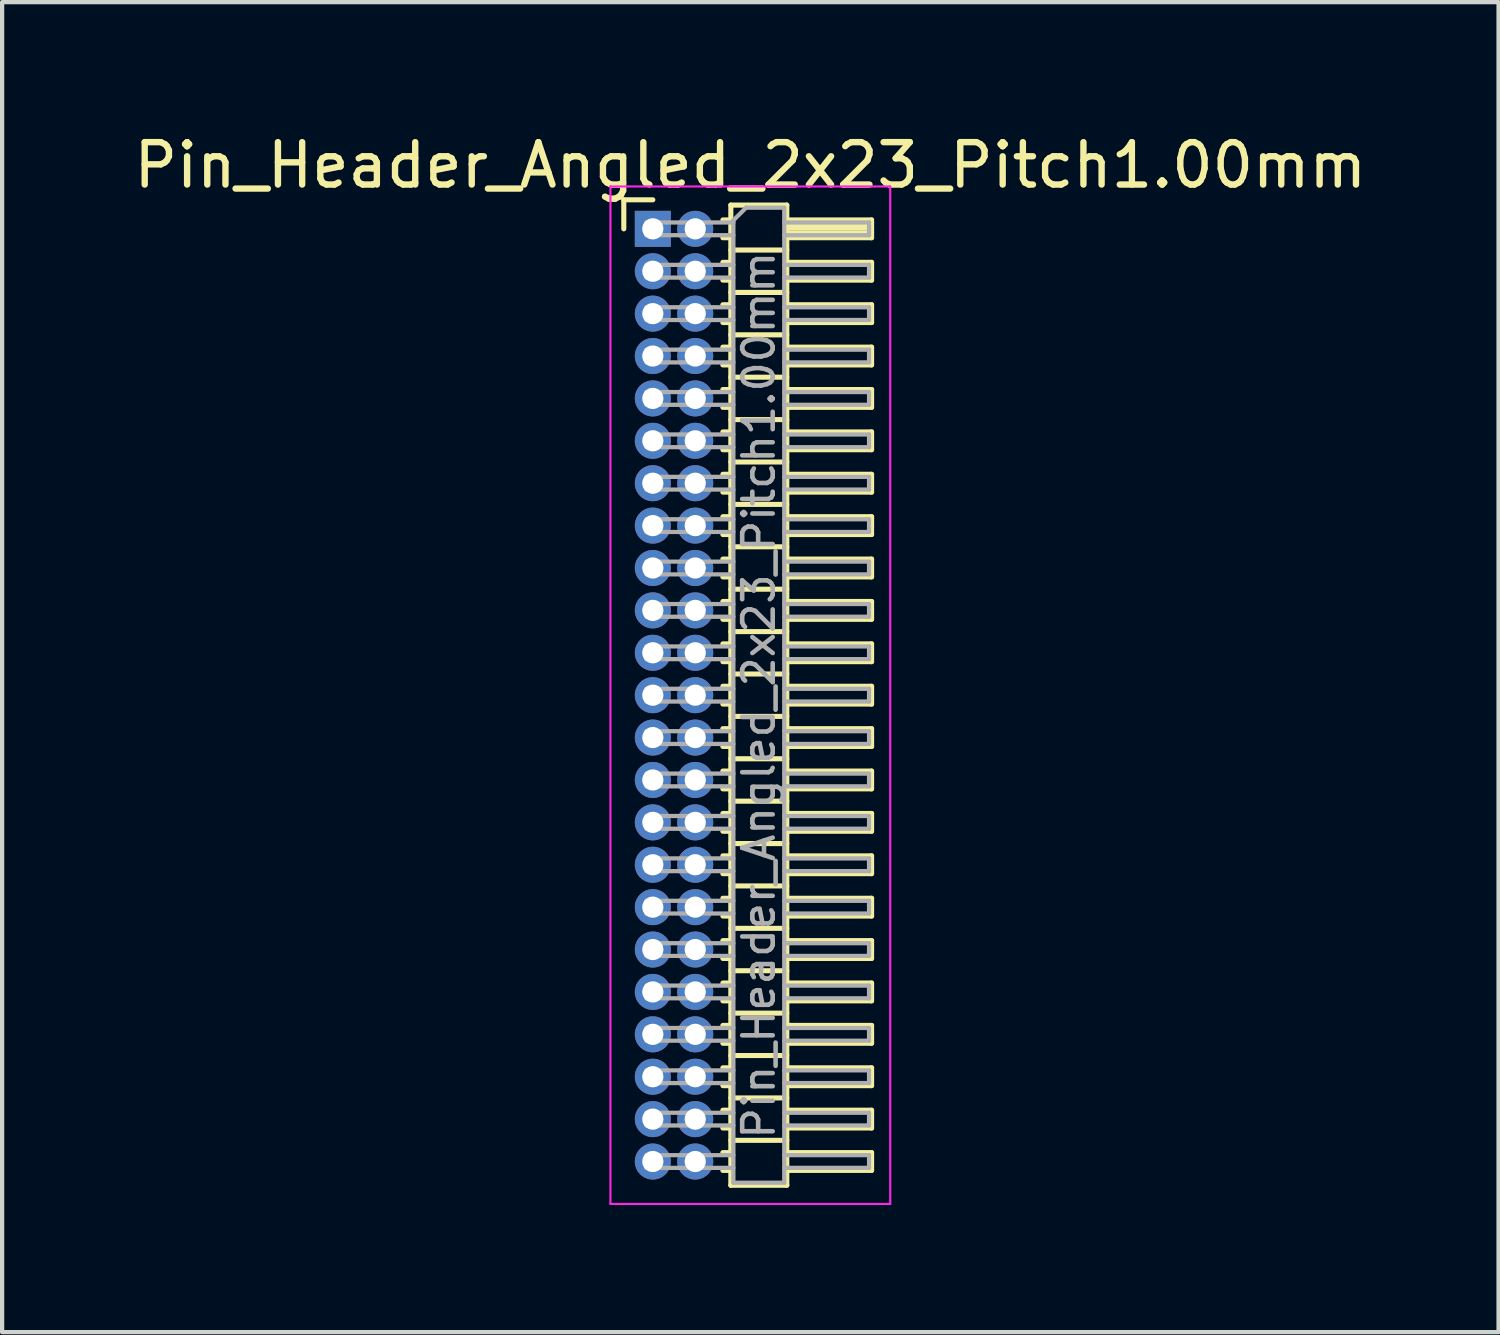
<source format=kicad_pcb>
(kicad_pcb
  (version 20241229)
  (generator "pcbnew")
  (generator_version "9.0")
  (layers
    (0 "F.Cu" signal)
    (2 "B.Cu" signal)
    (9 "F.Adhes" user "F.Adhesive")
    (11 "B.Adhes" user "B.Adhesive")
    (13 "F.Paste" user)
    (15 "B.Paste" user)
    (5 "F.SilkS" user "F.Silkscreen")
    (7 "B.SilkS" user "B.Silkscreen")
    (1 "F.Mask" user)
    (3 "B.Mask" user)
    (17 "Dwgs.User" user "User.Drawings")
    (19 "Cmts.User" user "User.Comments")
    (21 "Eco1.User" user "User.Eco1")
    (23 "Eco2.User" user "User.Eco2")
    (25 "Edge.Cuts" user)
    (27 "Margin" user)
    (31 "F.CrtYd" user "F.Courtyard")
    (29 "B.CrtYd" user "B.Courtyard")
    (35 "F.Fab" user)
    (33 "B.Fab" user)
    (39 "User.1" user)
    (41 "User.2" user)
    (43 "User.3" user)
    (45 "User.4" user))
  (footprint "Pin_Header_Angled_2x23_Pitch1.00mm"
    (layer "F.Cu")
    (at 12.349 2.348)
    (property "Reference" "Pin_Header_Angled_2x23_Pitch1.00mm" (at 2.3 -1.5 0) (layer "F.SilkS") (effects (font (size 1 1) (thickness 0.15))))
    (attr through_hole)
    (fp_line (start -0.685 -0.685) (end 0 -0.685) (stroke (width 0.12) (type solid)) (layer "F.SilkS"))
    (fp_line (start -0.685 0) (end -0.685 -0.685) (stroke (width 0.12) (type solid)) (layer "F.SilkS"))
    (fp_line (start 1.652 -0.21) (end 1.84 -0.21) (stroke (width 0.12) (type solid)) (layer "F.SilkS"))
    (fp_line (start 1.652 0.21) (end 1.84 0.21) (stroke (width 0.12) (type solid)) (layer "F.SilkS"))
    (fp_line (start 1.652 0.79) (end 1.84 0.79) (stroke (width 0.12) (type solid)) (layer "F.SilkS"))
    (fp_line (start 1.652 1.21) (end 1.84 1.21) (stroke (width 0.12) (type solid)) (layer "F.SilkS"))
    (fp_line (start 1.652 1.79) (end 1.84 1.79) (stroke (width 0.12) (type solid)) (layer "F.SilkS"))
    (fp_line (start 1.652 2.21) (end 1.84 2.21) (stroke (width 0.12) (type solid)) (layer "F.SilkS"))
    (fp_line (start 1.652 2.79) (end 1.84 2.79) (stroke (width 0.12) (type solid)) (layer "F.SilkS"))
    (fp_line (start 1.652 3.21) (end 1.84 3.21) (stroke (width 0.12) (type solid)) (layer "F.SilkS"))
    (fp_line (start 1.652 3.79) (end 1.84 3.79) (stroke (width 0.12) (type solid)) (layer "F.SilkS"))
    (fp_line (start 1.652 4.21) (end 1.84 4.21) (stroke (width 0.12) (type solid)) (layer "F.SilkS"))
    (fp_line (start 1.652 4.79) (end 1.84 4.79) (stroke (width 0.12) (type solid)) (layer "F.SilkS"))
    (fp_line (start 1.652 5.21) (end 1.84 5.21) (stroke (width 0.12) (type solid)) (layer "F.SilkS"))
    (fp_line (start 1.652 5.79) (end 1.84 5.79) (stroke (width 0.12) (type solid)) (layer "F.SilkS"))
    (fp_line (start 1.652 6.21) (end 1.84 6.21) (stroke (width 0.12) (type solid)) (layer "F.SilkS"))
    (fp_line (start 1.652 6.79) (end 1.84 6.79) (stroke (width 0.12) (type solid)) (layer "F.SilkS"))
    (fp_line (start 1.652 7.21) (end 1.84 7.21) (stroke (width 0.12) (type solid)) (layer "F.SilkS"))
    (fp_line (start 1.652 7.79) (end 1.84 7.79) (stroke (width 0.12) (type solid)) (layer "F.SilkS"))
    (fp_line (start 1.652 8.21) (end 1.84 8.21) (stroke (width 0.12) (type solid)) (layer "F.SilkS"))
    (fp_line (start 1.652 8.79) (end 1.84 8.79) (stroke (width 0.12) (type solid)) (layer "F.SilkS"))
    (fp_line (start 1.652 9.21) (end 1.84 9.21) (stroke (width 0.12) (type solid)) (layer "F.SilkS"))
    (fp_line (start 1.652 9.79) (end 1.84 9.79) (stroke (width 0.12) (type solid)) (layer "F.SilkS"))
    (fp_line (start 1.652 10.21) (end 1.84 10.21) (stroke (width 0.12) (type solid)) (layer "F.SilkS"))
    (fp_line (start 1.652 10.79) (end 1.84 10.79) (stroke (width 0.12) (type solid)) (layer "F.SilkS"))
    (fp_line (start 1.652 11.21) (end 1.84 11.21) (stroke (width 0.12) (type solid)) (layer "F.SilkS"))
    (fp_line (start 1.652 11.79) (end 1.84 11.79) (stroke (width 0.12) (type solid)) (layer "F.SilkS"))
    (fp_line (start 1.652 12.21) (end 1.84 12.21) (stroke (width 0.12) (type solid)) (layer "F.SilkS"))
    (fp_line (start 1.652 12.79) (end 1.84 12.79) (stroke (width 0.12) (type solid)) (layer "F.SilkS"))
    (fp_line (start 1.652 13.21) (end 1.84 13.21) (stroke (width 0.12) (type solid)) (layer "F.SilkS"))
    (fp_line (start 1.652 13.79) (end 1.84 13.79) (stroke (width 0.12) (type solid)) (layer "F.SilkS"))
    (fp_line (start 1.652 14.21) (end 1.84 14.21) (stroke (width 0.12) (type solid)) (layer "F.SilkS"))
    (fp_line (start 1.652 14.79) (end 1.84 14.79) (stroke (width 0.12) (type solid)) (layer "F.SilkS"))
    (fp_line (start 1.652 15.21) (end 1.84 15.21) (stroke (width 0.12) (type solid)) (layer "F.SilkS"))
    (fp_line (start 1.652 15.79) (end 1.84 15.79) (stroke (width 0.12) (type solid)) (layer "F.SilkS"))
    (fp_line (start 1.652 16.21) (end 1.84 16.21) (stroke (width 0.12) (type solid)) (layer "F.SilkS"))
    (fp_line (start 1.652 16.79) (end 1.84 16.79) (stroke (width 0.12) (type solid)) (layer "F.SilkS"))
    (fp_line (start 1.652 17.21) (end 1.84 17.21) (stroke (width 0.12) (type solid)) (layer "F.SilkS"))
    (fp_line (start 1.652 17.79) (end 1.84 17.79) (stroke (width 0.12) (type solid)) (layer "F.SilkS"))
    (fp_line (start 1.652 18.21) (end 1.84 18.21) (stroke (width 0.12) (type solid)) (layer "F.SilkS"))
    (fp_line (start 1.652 18.79) (end 1.84 18.79) (stroke (width 0.12) (type solid)) (layer "F.SilkS"))
    (fp_line (start 1.652 19.21) (end 1.84 19.21) (stroke (width 0.12) (type solid)) (layer "F.SilkS"))
    (fp_line (start 1.652 19.79) (end 1.84 19.79) (stroke (width 0.12) (type solid)) (layer "F.SilkS"))
    (fp_line (start 1.652 20.21) (end 1.84 20.21) (stroke (width 0.12) (type solid)) (layer "F.SilkS"))
    (fp_line (start 1.652 20.79) (end 1.84 20.79) (stroke (width 0.12) (type solid)) (layer "F.SilkS"))
    (fp_line (start 1.652 21.21) (end 1.84 21.21) (stroke (width 0.12) (type solid)) (layer "F.SilkS"))
    (fp_line (start 1.652 21.79) (end 1.84 21.79) (stroke (width 0.12) (type solid)) (layer "F.SilkS"))
    (fp_line (start 1.652 22.21) (end 1.84 22.21) (stroke (width 0.12) (type solid)) (layer "F.SilkS"))
    (fp_line (start 1.84 -0.56) (end 1.84 22.56) (stroke (width 0.12) (type solid)) (layer "F.SilkS"))
    (fp_line (start 1.84 0.5) (end 3.16 0.5) (stroke (width 0.12) (type solid)) (layer "F.SilkS"))
    (fp_line (start 1.84 1.5) (end 3.16 1.5) (stroke (width 0.12) (type solid)) (layer "F.SilkS"))
    (fp_line (start 1.84 2.5) (end 3.16 2.5) (stroke (width 0.12) (type solid)) (layer "F.SilkS"))
    (fp_line (start 1.84 3.5) (end 3.16 3.5) (stroke (width 0.12) (type solid)) (layer "F.SilkS"))
    (fp_line (start 1.84 4.5) (end 3.16 4.5) (stroke (width 0.12) (type solid)) (layer "F.SilkS"))
    (fp_line (start 1.84 5.5) (end 3.16 5.5) (stroke (width 0.12) (type solid)) (layer "F.SilkS"))
    (fp_line (start 1.84 6.5) (end 3.16 6.5) (stroke (width 0.12) (type solid)) (layer "F.SilkS"))
    (fp_line (start 1.84 7.5) (end 3.16 7.5) (stroke (width 0.12) (type solid)) (layer "F.SilkS"))
    (fp_line (start 1.84 8.5) (end 3.16 8.5) (stroke (width 0.12) (type solid)) (layer "F.SilkS"))
    (fp_line (start 1.84 9.5) (end 3.16 9.5) (stroke (width 0.12) (type solid)) (layer "F.SilkS"))
    (fp_line (start 1.84 10.5) (end 3.16 10.5) (stroke (width 0.12) (type solid)) (layer "F.SilkS"))
    (fp_line (start 1.84 11.5) (end 3.16 11.5) (stroke (width 0.12) (type solid)) (layer "F.SilkS"))
    (fp_line (start 1.84 12.5) (end 3.16 12.5) (stroke (width 0.12) (type solid)) (layer "F.SilkS"))
    (fp_line (start 1.84 13.5) (end 3.16 13.5) (stroke (width 0.12) (type solid)) (layer "F.SilkS"))
    (fp_line (start 1.84 14.5) (end 3.16 14.5) (stroke (width 0.12) (type solid)) (layer "F.SilkS"))
    (fp_line (start 1.84 15.5) (end 3.16 15.5) (stroke (width 0.12) (type solid)) (layer "F.SilkS"))
    (fp_line (start 1.84 16.5) (end 3.16 16.5) (stroke (width 0.12) (type solid)) (layer "F.SilkS"))
    (fp_line (start 1.84 17.5) (end 3.16 17.5) (stroke (width 0.12) (type solid)) (layer "F.SilkS"))
    (fp_line (start 1.84 18.5) (end 3.16 18.5) (stroke (width 0.12) (type solid)) (layer "F.SilkS"))
    (fp_line (start 1.84 19.5) (end 3.16 19.5) (stroke (width 0.12) (type solid)) (layer "F.SilkS"))
    (fp_line (start 1.84 20.5) (end 3.16 20.5) (stroke (width 0.12) (type solid)) (layer "F.SilkS"))
    (fp_line (start 1.84 21.5) (end 3.16 21.5) (stroke (width 0.12) (type solid)) (layer "F.SilkS"))
    (fp_line (start 1.84 22.56) (end 3.16 22.56) (stroke (width 0.12) (type solid)) (layer "F.SilkS"))
    (fp_line (start 3.16 -0.56) (end 1.84 -0.56) (stroke (width 0.12) (type solid)) (layer "F.SilkS"))
    (fp_line (start 3.16 -0.21) (end 5.16 -0.21) (stroke (width 0.12) (type solid)) (layer "F.SilkS"))
    (fp_line (start 3.16 -0.15) (end 5.16 -0.15) (stroke (width 0.12) (type solid)) (layer "F.SilkS"))
    (fp_line (start 3.16 -0.03) (end 5.16 -0.03) (stroke (width 0.12) (type solid)) (layer "F.SilkS"))
    (fp_line (start 3.16 0.09) (end 5.16 0.09) (stroke (width 0.12) (type solid)) (layer "F.SilkS"))
    (fp_line (start 3.16 0.79) (end 5.16 0.79) (stroke (width 0.12) (type solid)) (layer "F.SilkS"))
    (fp_line (start 3.16 1.79) (end 5.16 1.79) (stroke (width 0.12) (type solid)) (layer "F.SilkS"))
    (fp_line (start 3.16 2.79) (end 5.16 2.79) (stroke (width 0.12) (type solid)) (layer "F.SilkS"))
    (fp_line (start 3.16 3.79) (end 5.16 3.79) (stroke (width 0.12) (type solid)) (layer "F.SilkS"))
    (fp_line (start 3.16 4.79) (end 5.16 4.79) (stroke (width 0.12) (type solid)) (layer "F.SilkS"))
    (fp_line (start 3.16 5.79) (end 5.16 5.79) (stroke (width 0.12) (type solid)) (layer "F.SilkS"))
    (fp_line (start 3.16 6.79) (end 5.16 6.79) (stroke (width 0.12) (type solid)) (layer "F.SilkS"))
    (fp_line (start 3.16 7.79) (end 5.16 7.79) (stroke (width 0.12) (type solid)) (layer "F.SilkS"))
    (fp_line (start 3.16 8.79) (end 5.16 8.79) (stroke (width 0.12) (type solid)) (layer "F.SilkS"))
    (fp_line (start 3.16 9.79) (end 5.16 9.79) (stroke (width 0.12) (type solid)) (layer "F.SilkS"))
    (fp_line (start 3.16 10.79) (end 5.16 10.79) (stroke (width 0.12) (type solid)) (layer "F.SilkS"))
    (fp_line (start 3.16 11.79) (end 5.16 11.79) (stroke (width 0.12) (type solid)) (layer "F.SilkS"))
    (fp_line (start 3.16 12.79) (end 5.16 12.79) (stroke (width 0.12) (type solid)) (layer "F.SilkS"))
    (fp_line (start 3.16 13.79) (end 5.16 13.79) (stroke (width 0.12) (type solid)) (layer "F.SilkS"))
    (fp_line (start 3.16 14.79) (end 5.16 14.79) (stroke (width 0.12) (type solid)) (layer "F.SilkS"))
    (fp_line (start 3.16 15.79) (end 5.16 15.79) (stroke (width 0.12) (type solid)) (layer "F.SilkS"))
    (fp_line (start 3.16 16.79) (end 5.16 16.79) (stroke (width 0.12) (type solid)) (layer "F.SilkS"))
    (fp_line (start 3.16 17.79) (end 5.16 17.79) (stroke (width 0.12) (type solid)) (layer "F.SilkS"))
    (fp_line (start 3.16 18.79) (end 5.16 18.79) (stroke (width 0.12) (type solid)) (layer "F.SilkS"))
    (fp_line (start 3.16 19.79) (end 5.16 19.79) (stroke (width 0.12) (type solid)) (layer "F.SilkS"))
    (fp_line (start 3.16 20.79) (end 5.16 20.79) (stroke (width 0.12) (type solid)) (layer "F.SilkS"))
    (fp_line (start 3.16 21.79) (end 5.16 21.79) (stroke (width 0.12) (type solid)) (layer "F.SilkS"))
    (fp_line (start 3.16 22.56) (end 3.16 -0.56) (stroke (width 0.12) (type solid)) (layer "F.SilkS"))
    (fp_line (start 5.16 -0.21) (end 5.16 0.21) (stroke (width 0.12) (type solid)) (layer "F.SilkS"))
    (fp_line (start 5.16 0.21) (end 3.16 0.21) (stroke (width 0.12) (type solid)) (layer "F.SilkS"))
    (fp_line (start 5.16 0.79) (end 5.16 1.21) (stroke (width 0.12) (type solid)) (layer "F.SilkS"))
    (fp_line (start 5.16 1.21) (end 3.16 1.21) (stroke (width 0.12) (type solid)) (layer "F.SilkS"))
    (fp_line (start 5.16 1.79) (end 5.16 2.21) (stroke (width 0.12) (type solid)) (layer "F.SilkS"))
    (fp_line (start 5.16 2.21) (end 3.16 2.21) (stroke (width 0.12) (type solid)) (layer "F.SilkS"))
    (fp_line (start 5.16 2.79) (end 5.16 3.21) (stroke (width 0.12) (type solid)) (layer "F.SilkS"))
    (fp_line (start 5.16 3.21) (end 3.16 3.21) (stroke (width 0.12) (type solid)) (layer "F.SilkS"))
    (fp_line (start 5.16 3.79) (end 5.16 4.21) (stroke (width 0.12) (type solid)) (layer "F.SilkS"))
    (fp_line (start 5.16 4.21) (end 3.16 4.21) (stroke (width 0.12) (type solid)) (layer "F.SilkS"))
    (fp_line (start 5.16 4.79) (end 5.16 5.21) (stroke (width 0.12) (type solid)) (layer "F.SilkS"))
    (fp_line (start 5.16 5.21) (end 3.16 5.21) (stroke (width 0.12) (type solid)) (layer "F.SilkS"))
    (fp_line (start 5.16 5.79) (end 5.16 6.21) (stroke (width 0.12) (type solid)) (layer "F.SilkS"))
    (fp_line (start 5.16 6.21) (end 3.16 6.21) (stroke (width 0.12) (type solid)) (layer "F.SilkS"))
    (fp_line (start 5.16 6.79) (end 5.16 7.21) (stroke (width 0.12) (type solid)) (layer "F.SilkS"))
    (fp_line (start 5.16 7.21) (end 3.16 7.21) (stroke (width 0.12) (type solid)) (layer "F.SilkS"))
    (fp_line (start 5.16 7.79) (end 5.16 8.21) (stroke (width 0.12) (type solid)) (layer "F.SilkS"))
    (fp_line (start 5.16 8.21) (end 3.16 8.21) (stroke (width 0.12) (type solid)) (layer "F.SilkS"))
    (fp_line (start 5.16 8.79) (end 5.16 9.21) (stroke (width 0.12) (type solid)) (layer "F.SilkS"))
    (fp_line (start 5.16 9.21) (end 3.16 9.21) (stroke (width 0.12) (type solid)) (layer "F.SilkS"))
    (fp_line (start 5.16 9.79) (end 5.16 10.21) (stroke (width 0.12) (type solid)) (layer "F.SilkS"))
    (fp_line (start 5.16 10.21) (end 3.16 10.21) (stroke (width 0.12) (type solid)) (layer "F.SilkS"))
    (fp_line (start 5.16 10.79) (end 5.16 11.21) (stroke (width 0.12) (type solid)) (layer "F.SilkS"))
    (fp_line (start 5.16 11.21) (end 3.16 11.21) (stroke (width 0.12) (type solid)) (layer "F.SilkS"))
    (fp_line (start 5.16 11.79) (end 5.16 12.21) (stroke (width 0.12) (type solid)) (layer "F.SilkS"))
    (fp_line (start 5.16 12.21) (end 3.16 12.21) (stroke (width 0.12) (type solid)) (layer "F.SilkS"))
    (fp_line (start 5.16 12.79) (end 5.16 13.21) (stroke (width 0.12) (type solid)) (layer "F.SilkS"))
    (fp_line (start 5.16 13.21) (end 3.16 13.21) (stroke (width 0.12) (type solid)) (layer "F.SilkS"))
    (fp_line (start 5.16 13.79) (end 5.16 14.21) (stroke (width 0.12) (type solid)) (layer "F.SilkS"))
    (fp_line (start 5.16 14.21) (end 3.16 14.21) (stroke (width 0.12) (type solid)) (layer "F.SilkS"))
    (fp_line (start 5.16 14.79) (end 5.16 15.21) (stroke (width 0.12) (type solid)) (layer "F.SilkS"))
    (fp_line (start 5.16 15.21) (end 3.16 15.21) (stroke (width 0.12) (type solid)) (layer "F.SilkS"))
    (fp_line (start 5.16 15.79) (end 5.16 16.21) (stroke (width 0.12) (type solid)) (layer "F.SilkS"))
    (fp_line (start 5.16 16.21) (end 3.16 16.21) (stroke (width 0.12) (type solid)) (layer "F.SilkS"))
    (fp_line (start 5.16 16.79) (end 5.16 17.21) (stroke (width 0.12) (type solid)) (layer "F.SilkS"))
    (fp_line (start 5.16 17.21) (end 3.16 17.21) (stroke (width 0.12) (type solid)) (layer "F.SilkS"))
    (fp_line (start 5.16 17.79) (end 5.16 18.21) (stroke (width 0.12) (type solid)) (layer "F.SilkS"))
    (fp_line (start 5.16 18.21) (end 3.16 18.21) (stroke (width 0.12) (type solid)) (layer "F.SilkS"))
    (fp_line (start 5.16 18.79) (end 5.16 19.21) (stroke (width 0.12) (type solid)) (layer "F.SilkS"))
    (fp_line (start 5.16 19.21) (end 3.16 19.21) (stroke (width 0.12) (type solid)) (layer "F.SilkS"))
    (fp_line (start 5.16 19.79) (end 5.16 20.21) (stroke (width 0.12) (type solid)) (layer "F.SilkS"))
    (fp_line (start 5.16 20.21) (end 3.16 20.21) (stroke (width 0.12) (type solid)) (layer "F.SilkS"))
    (fp_line (start 5.16 20.79) (end 5.16 21.21) (stroke (width 0.12) (type solid)) (layer "F.SilkS"))
    (fp_line (start 5.16 21.21) (end 3.16 21.21) (stroke (width 0.12) (type solid)) (layer "F.SilkS"))
    (fp_line (start 5.16 21.79) (end 5.16 22.21) (stroke (width 0.12) (type solid)) (layer "F.SilkS"))
    (fp_line (start 5.16 22.21) (end 3.16 22.21) (stroke (width 0.12) (type solid)) (layer "F.SilkS"))
    (fp_line (start -1 -1) (end -1 23) (stroke (width 0.05) (type solid)) (layer "F.CrtYd"))
    (fp_line (start -1 23) (end 5.6 23) (stroke (width 0.05) (type solid)) (layer "F.CrtYd"))
    (fp_line (start 5.6 -1) (end -1 -1) (stroke (width 0.05) (type solid)) (layer "F.CrtYd"))
    (fp_line (start 5.6 23) (end 5.6 -1) (stroke (width 0.05) (type solid)) (layer "F.CrtYd"))
    (fp_line (start -0.15 -0.15) (end -0.15 0.15) (stroke (width 0.1) (type solid)) (layer "F.Fab"))
    (fp_line (start -0.15 -0.15) (end 1.9 -0.15) (stroke (width 0.1) (type solid)) (layer "F.Fab"))
    (fp_line (start -0.15 0.15) (end 1.9 0.15) (stroke (width 0.1) (type solid)) (layer "F.Fab"))
    (fp_line (start -0.15 0.85) (end -0.15 1.15) (stroke (width 0.1) (type solid)) (layer "F.Fab"))
    (fp_line (start -0.15 0.85) (end 1.9 0.85) (stroke (width 0.1) (type solid)) (layer "F.Fab"))
    (fp_line (start -0.15 1.15) (end 1.9 1.15) (stroke (width 0.1) (type solid)) (layer "F.Fab"))
    (fp_line (start -0.15 1.85) (end -0.15 2.15) (stroke (width 0.1) (type solid)) (layer "F.Fab"))
    (fp_line (start -0.15 1.85) (end 1.9 1.85) (stroke (width 0.1) (type solid)) (layer "F.Fab"))
    (fp_line (start -0.15 2.15) (end 1.9 2.15) (stroke (width 0.1) (type solid)) (layer "F.Fab"))
    (fp_line (start -0.15 2.85) (end -0.15 3.15) (stroke (width 0.1) (type solid)) (layer "F.Fab"))
    (fp_line (start -0.15 2.85) (end 1.9 2.85) (stroke (width 0.1) (type solid)) (layer "F.Fab"))
    (fp_line (start -0.15 3.15) (end 1.9 3.15) (stroke (width 0.1) (type solid)) (layer "F.Fab"))
    (fp_line (start -0.15 3.85) (end -0.15 4.15) (stroke (width 0.1) (type solid)) (layer "F.Fab"))
    (fp_line (start -0.15 3.85) (end 1.9 3.85) (stroke (width 0.1) (type solid)) (layer "F.Fab"))
    (fp_line (start -0.15 4.15) (end 1.9 4.15) (stroke (width 0.1) (type solid)) (layer "F.Fab"))
    (fp_line (start -0.15 4.85) (end -0.15 5.15) (stroke (width 0.1) (type solid)) (layer "F.Fab"))
    (fp_line (start -0.15 4.85) (end 1.9 4.85) (stroke (width 0.1) (type solid)) (layer "F.Fab"))
    (fp_line (start -0.15 5.15) (end 1.9 5.15) (stroke (width 0.1) (type solid)) (layer "F.Fab"))
    (fp_line (start -0.15 5.85) (end -0.15 6.15) (stroke (width 0.1) (type solid)) (layer "F.Fab"))
    (fp_line (start -0.15 5.85) (end 1.9 5.85) (stroke (width 0.1) (type solid)) (layer "F.Fab"))
    (fp_line (start -0.15 6.15) (end 1.9 6.15) (stroke (width 0.1) (type solid)) (layer "F.Fab"))
    (fp_line (start -0.15 6.85) (end -0.15 7.15) (stroke (width 0.1) (type solid)) (layer "F.Fab"))
    (fp_line (start -0.15 6.85) (end 1.9 6.85) (stroke (width 0.1) (type solid)) (layer "F.Fab"))
    (fp_line (start -0.15 7.15) (end 1.9 7.15) (stroke (width 0.1) (type solid)) (layer "F.Fab"))
    (fp_line (start -0.15 7.85) (end -0.15 8.15) (stroke (width 0.1) (type solid)) (layer "F.Fab"))
    (fp_line (start -0.15 7.85) (end 1.9 7.85) (stroke (width 0.1) (type solid)) (layer "F.Fab"))
    (fp_line (start -0.15 8.15) (end 1.9 8.15) (stroke (width 0.1) (type solid)) (layer "F.Fab"))
    (fp_line (start -0.15 8.85) (end -0.15 9.15) (stroke (width 0.1) (type solid)) (layer "F.Fab"))
    (fp_line (start -0.15 8.85) (end 1.9 8.85) (stroke (width 0.1) (type solid)) (layer "F.Fab"))
    (fp_line (start -0.15 9.15) (end 1.9 9.15) (stroke (width 0.1) (type solid)) (layer "F.Fab"))
    (fp_line (start -0.15 9.85) (end -0.15 10.15) (stroke (width 0.1) (type solid)) (layer "F.Fab"))
    (fp_line (start -0.15 9.85) (end 1.9 9.85) (stroke (width 0.1) (type solid)) (layer "F.Fab"))
    (fp_line (start -0.15 10.15) (end 1.9 10.15) (stroke (width 0.1) (type solid)) (layer "F.Fab"))
    (fp_line (start -0.15 10.85) (end -0.15 11.15) (stroke (width 0.1) (type solid)) (layer "F.Fab"))
    (fp_line (start -0.15 10.85) (end 1.9 10.85) (stroke (width 0.1) (type solid)) (layer "F.Fab"))
    (fp_line (start -0.15 11.15) (end 1.9 11.15) (stroke (width 0.1) (type solid)) (layer "F.Fab"))
    (fp_line (start -0.15 11.85) (end -0.15 12.15) (stroke (width 0.1) (type solid)) (layer "F.Fab"))
    (fp_line (start -0.15 11.85) (end 1.9 11.85) (stroke (width 0.1) (type solid)) (layer "F.Fab"))
    (fp_line (start -0.15 12.15) (end 1.9 12.15) (stroke (width 0.1) (type solid)) (layer "F.Fab"))
    (fp_line (start -0.15 12.85) (end -0.15 13.15) (stroke (width 0.1) (type solid)) (layer "F.Fab"))
    (fp_line (start -0.15 12.85) (end 1.9 12.85) (stroke (width 0.1) (type solid)) (layer "F.Fab"))
    (fp_line (start -0.15 13.15) (end 1.9 13.15) (stroke (width 0.1) (type solid)) (layer "F.Fab"))
    (fp_line (start -0.15 13.85) (end -0.15 14.15) (stroke (width 0.1) (type solid)) (layer "F.Fab"))
    (fp_line (start -0.15 13.85) (end 1.9 13.85) (stroke (width 0.1) (type solid)) (layer "F.Fab"))
    (fp_line (start -0.15 14.15) (end 1.9 14.15) (stroke (width 0.1) (type solid)) (layer "F.Fab"))
    (fp_line (start -0.15 14.85) (end -0.15 15.15) (stroke (width 0.1) (type solid)) (layer "F.Fab"))
    (fp_line (start -0.15 14.85) (end 1.9 14.85) (stroke (width 0.1) (type solid)) (layer "F.Fab"))
    (fp_line (start -0.15 15.15) (end 1.9 15.15) (stroke (width 0.1) (type solid)) (layer "F.Fab"))
    (fp_line (start -0.15 15.85) (end -0.15 16.15) (stroke (width 0.1) (type solid)) (layer "F.Fab"))
    (fp_line (start -0.15 15.85) (end 1.9 15.85) (stroke (width 0.1) (type solid)) (layer "F.Fab"))
    (fp_line (start -0.15 16.15) (end 1.9 16.15) (stroke (width 0.1) (type solid)) (layer "F.Fab"))
    (fp_line (start -0.15 16.85) (end -0.15 17.15) (stroke (width 0.1) (type solid)) (layer "F.Fab"))
    (fp_line (start -0.15 16.85) (end 1.9 16.85) (stroke (width 0.1) (type solid)) (layer "F.Fab"))
    (fp_line (start -0.15 17.15) (end 1.9 17.15) (stroke (width 0.1) (type solid)) (layer "F.Fab"))
    (fp_line (start -0.15 17.85) (end -0.15 18.15) (stroke (width 0.1) (type solid)) (layer "F.Fab"))
    (fp_line (start -0.15 17.85) (end 1.9 17.85) (stroke (width 0.1) (type solid)) (layer "F.Fab"))
    (fp_line (start -0.15 18.15) (end 1.9 18.15) (stroke (width 0.1) (type solid)) (layer "F.Fab"))
    (fp_line (start -0.15 18.85) (end -0.15 19.15) (stroke (width 0.1) (type solid)) (layer "F.Fab"))
    (fp_line (start -0.15 18.85) (end 1.9 18.85) (stroke (width 0.1) (type solid)) (layer "F.Fab"))
    (fp_line (start -0.15 19.15) (end 1.9 19.15) (stroke (width 0.1) (type solid)) (layer "F.Fab"))
    (fp_line (start -0.15 19.85) (end -0.15 20.15) (stroke (width 0.1) (type solid)) (layer "F.Fab"))
    (fp_line (start -0.15 19.85) (end 1.9 19.85) (stroke (width 0.1) (type solid)) (layer "F.Fab"))
    (fp_line (start -0.15 20.15) (end 1.9 20.15) (stroke (width 0.1) (type solid)) (layer "F.Fab"))
    (fp_line (start -0.15 20.85) (end -0.15 21.15) (stroke (width 0.1) (type solid)) (layer "F.Fab"))
    (fp_line (start -0.15 20.85) (end 1.9 20.85) (stroke (width 0.1) (type solid)) (layer "F.Fab"))
    (fp_line (start -0.15 21.15) (end 1.9 21.15) (stroke (width 0.1) (type solid)) (layer "F.Fab"))
    (fp_line (start -0.15 21.85) (end -0.15 22.15) (stroke (width 0.1) (type solid)) (layer "F.Fab"))
    (fp_line (start -0.15 21.85) (end 1.9 21.85) (stroke (width 0.1) (type solid)) (layer "F.Fab"))
    (fp_line (start -0.15 22.15) (end 1.9 22.15) (stroke (width 0.1) (type solid)) (layer "F.Fab"))
    (fp_line (start 1.9 -0.2) (end 2.2 -0.5) (stroke (width 0.1) (type solid)) (layer "F.Fab"))
    (fp_line (start 1.9 22.5) (end 1.9 -0.2) (stroke (width 0.1) (type solid)) (layer "F.Fab"))
    (fp_line (start 2.2 -0.5) (end 3.1 -0.5) (stroke (width 0.1) (type solid)) (layer "F.Fab"))
    (fp_line (start 3.1 -0.5) (end 3.1 22.5) (stroke (width 0.1) (type solid)) (layer "F.Fab"))
    (fp_line (start 3.1 -0.15) (end 5.1 -0.15) (stroke (width 0.1) (type solid)) (layer "F.Fab"))
    (fp_line (start 3.1 0.15) (end 5.1 0.15) (stroke (width 0.1) (type solid)) (layer "F.Fab"))
    (fp_line (start 3.1 0.85) (end 5.1 0.85) (stroke (width 0.1) (type solid)) (layer "F.Fab"))
    (fp_line (start 3.1 1.15) (end 5.1 1.15) (stroke (width 0.1) (type solid)) (layer "F.Fab"))
    (fp_line (start 3.1 1.85) (end 5.1 1.85) (stroke (width 0.1) (type solid)) (layer "F.Fab"))
    (fp_line (start 3.1 2.15) (end 5.1 2.15) (stroke (width 0.1) (type solid)) (layer "F.Fab"))
    (fp_line (start 3.1 2.85) (end 5.1 2.85) (stroke (width 0.1) (type solid)) (layer "F.Fab"))
    (fp_line (start 3.1 3.15) (end 5.1 3.15) (stroke (width 0.1) (type solid)) (layer "F.Fab"))
    (fp_line (start 3.1 3.85) (end 5.1 3.85) (stroke (width 0.1) (type solid)) (layer "F.Fab"))
    (fp_line (start 3.1 4.15) (end 5.1 4.15) (stroke (width 0.1) (type solid)) (layer "F.Fab"))
    (fp_line (start 3.1 4.85) (end 5.1 4.85) (stroke (width 0.1) (type solid)) (layer "F.Fab"))
    (fp_line (start 3.1 5.15) (end 5.1 5.15) (stroke (width 0.1) (type solid)) (layer "F.Fab"))
    (fp_line (start 3.1 5.85) (end 5.1 5.85) (stroke (width 0.1) (type solid)) (layer "F.Fab"))
    (fp_line (start 3.1 6.15) (end 5.1 6.15) (stroke (width 0.1) (type solid)) (layer "F.Fab"))
    (fp_line (start 3.1 6.85) (end 5.1 6.85) (stroke (width 0.1) (type solid)) (layer "F.Fab"))
    (fp_line (start 3.1 7.15) (end 5.1 7.15) (stroke (width 0.1) (type solid)) (layer "F.Fab"))
    (fp_line (start 3.1 7.85) (end 5.1 7.85) (stroke (width 0.1) (type solid)) (layer "F.Fab"))
    (fp_line (start 3.1 8.15) (end 5.1 8.15) (stroke (width 0.1) (type solid)) (layer "F.Fab"))
    (fp_line (start 3.1 8.85) (end 5.1 8.85) (stroke (width 0.1) (type solid)) (layer "F.Fab"))
    (fp_line (start 3.1 9.15) (end 5.1 9.15) (stroke (width 0.1) (type solid)) (layer "F.Fab"))
    (fp_line (start 3.1 9.85) (end 5.1 9.85) (stroke (width 0.1) (type solid)) (layer "F.Fab"))
    (fp_line (start 3.1 10.15) (end 5.1 10.15) (stroke (width 0.1) (type solid)) (layer "F.Fab"))
    (fp_line (start 3.1 10.85) (end 5.1 10.85) (stroke (width 0.1) (type solid)) (layer "F.Fab"))
    (fp_line (start 3.1 11.15) (end 5.1 11.15) (stroke (width 0.1) (type solid)) (layer "F.Fab"))
    (fp_line (start 3.1 11.85) (end 5.1 11.85) (stroke (width 0.1) (type solid)) (layer "F.Fab"))
    (fp_line (start 3.1 12.15) (end 5.1 12.15) (stroke (width 0.1) (type solid)) (layer "F.Fab"))
    (fp_line (start 3.1 12.85) (end 5.1 12.85) (stroke (width 0.1) (type solid)) (layer "F.Fab"))
    (fp_line (start 3.1 13.15) (end 5.1 13.15) (stroke (width 0.1) (type solid)) (layer "F.Fab"))
    (fp_line (start 3.1 13.85) (end 5.1 13.85) (stroke (width 0.1) (type solid)) (layer "F.Fab"))
    (fp_line (start 3.1 14.15) (end 5.1 14.15) (stroke (width 0.1) (type solid)) (layer "F.Fab"))
    (fp_line (start 3.1 14.85) (end 5.1 14.85) (stroke (width 0.1) (type solid)) (layer "F.Fab"))
    (fp_line (start 3.1 15.15) (end 5.1 15.15) (stroke (width 0.1) (type solid)) (layer "F.Fab"))
    (fp_line (start 3.1 15.85) (end 5.1 15.85) (stroke (width 0.1) (type solid)) (layer "F.Fab"))
    (fp_line (start 3.1 16.15) (end 5.1 16.15) (stroke (width 0.1) (type solid)) (layer "F.Fab"))
    (fp_line (start 3.1 16.85) (end 5.1 16.85) (stroke (width 0.1) (type solid)) (layer "F.Fab"))
    (fp_line (start 3.1 17.15) (end 5.1 17.15) (stroke (width 0.1) (type solid)) (layer "F.Fab"))
    (fp_line (start 3.1 17.85) (end 5.1 17.85) (stroke (width 0.1) (type solid)) (layer "F.Fab"))
    (fp_line (start 3.1 18.15) (end 5.1 18.15) (stroke (width 0.1) (type solid)) (layer "F.Fab"))
    (fp_line (start 3.1 18.85) (end 5.1 18.85) (stroke (width 0.1) (type solid)) (layer "F.Fab"))
    (fp_line (start 3.1 19.15) (end 5.1 19.15) (stroke (width 0.1) (type solid)) (layer "F.Fab"))
    (fp_line (start 3.1 19.85) (end 5.1 19.85) (stroke (width 0.1) (type solid)) (layer "F.Fab"))
    (fp_line (start 3.1 20.15) (end 5.1 20.15) (stroke (width 0.1) (type solid)) (layer "F.Fab"))
    (fp_line (start 3.1 20.85) (end 5.1 20.85) (stroke (width 0.1) (type solid)) (layer "F.Fab"))
    (fp_line (start 3.1 21.15) (end 5.1 21.15) (stroke (width 0.1) (type solid)) (layer "F.Fab"))
    (fp_line (start 3.1 21.85) (end 5.1 21.85) (stroke (width 0.1) (type solid)) (layer "F.Fab"))
    (fp_line (start 3.1 22.15) (end 5.1 22.15) (stroke (width 0.1) (type solid)) (layer "F.Fab"))
    (fp_line (start 3.1 22.5) (end 1.9 22.5) (stroke (width 0.1) (type solid)) (layer "F.Fab"))
    (fp_line (start 5.1 -0.15) (end 5.1 0.15) (stroke (width 0.1) (type solid)) (layer "F.Fab"))
    (fp_line (start 5.1 0.85) (end 5.1 1.15) (stroke (width 0.1) (type solid)) (layer "F.Fab"))
    (fp_line (start 5.1 1.85) (end 5.1 2.15) (stroke (width 0.1) (type solid)) (layer "F.Fab"))
    (fp_line (start 5.1 2.85) (end 5.1 3.15) (stroke (width 0.1) (type solid)) (layer "F.Fab"))
    (fp_line (start 5.1 3.85) (end 5.1 4.15) (stroke (width 0.1) (type solid)) (layer "F.Fab"))
    (fp_line (start 5.1 4.85) (end 5.1 5.15) (stroke (width 0.1) (type solid)) (layer "F.Fab"))
    (fp_line (start 5.1 5.85) (end 5.1 6.15) (stroke (width 0.1) (type solid)) (layer "F.Fab"))
    (fp_line (start 5.1 6.85) (end 5.1 7.15) (stroke (width 0.1) (type solid)) (layer "F.Fab"))
    (fp_line (start 5.1 7.85) (end 5.1 8.15) (stroke (width 0.1) (type solid)) (layer "F.Fab"))
    (fp_line (start 5.1 8.85) (end 5.1 9.15) (stroke (width 0.1) (type solid)) (layer "F.Fab"))
    (fp_line (start 5.1 9.85) (end 5.1 10.15) (stroke (width 0.1) (type solid)) (layer "F.Fab"))
    (fp_line (start 5.1 10.85) (end 5.1 11.15) (stroke (width 0.1) (type solid)) (layer "F.Fab"))
    (fp_line (start 5.1 11.85) (end 5.1 12.15) (stroke (width 0.1) (type solid)) (layer "F.Fab"))
    (fp_line (start 5.1 12.85) (end 5.1 13.15) (stroke (width 0.1) (type solid)) (layer "F.Fab"))
    (fp_line (start 5.1 13.85) (end 5.1 14.15) (stroke (width 0.1) (type solid)) (layer "F.Fab"))
    (fp_line (start 5.1 14.85) (end 5.1 15.15) (stroke (width 0.1) (type solid)) (layer "F.Fab"))
    (fp_line (start 5.1 15.85) (end 5.1 16.15) (stroke (width 0.1) (type solid)) (layer "F.Fab"))
    (fp_line (start 5.1 16.85) (end 5.1 17.15) (stroke (width 0.1) (type solid)) (layer "F.Fab"))
    (fp_line (start 5.1 17.85) (end 5.1 18.15) (stroke (width 0.1) (type solid)) (layer "F.Fab"))
    (fp_line (start 5.1 18.85) (end 5.1 19.15) (stroke (width 0.1) (type solid)) (layer "F.Fab"))
    (fp_line (start 5.1 19.85) (end 5.1 20.15) (stroke (width 0.1) (type solid)) (layer "F.Fab"))
    (fp_line (start 5.1 20.85) (end 5.1 21.15) (stroke (width 0.1) (type solid)) (layer "F.Fab"))
    (fp_line (start 5.1 21.85) (end 5.1 22.15) (stroke (width 0.1) (type solid)) (layer "F.Fab"))
    (fp_text user "${REFERENCE}" (at 2.5 11 90) (layer "F.Fab") (effects (font (size 0.72 0.72) (thickness 0.108))))
    (pad "1" thru_hole rect (at 0 0) (size 0.85 0.85) (drill 0.5) (layers "*.Cu" "*.Mask"))
    (pad "2" thru_hole oval (at 1 0) (size 0.85 0.85) (drill 0.5) (layers "*.Cu" "*.Mask"))
    (pad "3" thru_hole oval (at 0 1) (size 0.85 0.85) (drill 0.5) (layers "*.Cu" "*.Mask"))
    (pad "4" thru_hole oval (at 1 1) (size 0.85 0.85) (drill 0.5) (layers "*.Cu" "*.Mask"))
    (pad "5" thru_hole oval (at 0 2) (size 0.85 0.85) (drill 0.5) (layers "*.Cu" "*.Mask"))
    (pad "6" thru_hole oval (at 1 2) (size 0.85 0.85) (drill 0.5) (layers "*.Cu" "*.Mask"))
    (pad "7" thru_hole oval (at 0 3) (size 0.85 0.85) (drill 0.5) (layers "*.Cu" "*.Mask"))
    (pad "8" thru_hole oval (at 1 3) (size 0.85 0.85) (drill 0.5) (layers "*.Cu" "*.Mask"))
    (pad "9" thru_hole oval (at 0 4) (size 0.85 0.85) (drill 0.5) (layers "*.Cu" "*.Mask"))
    (pad "10" thru_hole oval (at 1 4) (size 0.85 0.85) (drill 0.5) (layers "*.Cu" "*.Mask"))
    (pad "11" thru_hole oval (at 0 5) (size 0.85 0.85) (drill 0.5) (layers "*.Cu" "*.Mask"))
    (pad "12" thru_hole oval (at 1 5) (size 0.85 0.85) (drill 0.5) (layers "*.Cu" "*.Mask"))
    (pad "13" thru_hole oval (at 0 6) (size 0.85 0.85) (drill 0.5) (layers "*.Cu" "*.Mask"))
    (pad "14" thru_hole oval (at 1 6) (size 0.85 0.85) (drill 0.5) (layers "*.Cu" "*.Mask"))
    (pad "15" thru_hole oval (at 0 7) (size 0.85 0.85) (drill 0.5) (layers "*.Cu" "*.Mask"))
    (pad "16" thru_hole oval (at 1 7) (size 0.85 0.85) (drill 0.5) (layers "*.Cu" "*.Mask"))
    (pad "17" thru_hole oval (at 0 8) (size 0.85 0.85) (drill 0.5) (layers "*.Cu" "*.Mask"))
    (pad "18" thru_hole oval (at 1 8) (size 0.85 0.85) (drill 0.5) (layers "*.Cu" "*.Mask"))
    (pad "19" thru_hole oval (at 0 9) (size 0.85 0.85) (drill 0.5) (layers "*.Cu" "*.Mask"))
    (pad "20" thru_hole oval (at 1 9) (size 0.85 0.85) (drill 0.5) (layers "*.Cu" "*.Mask"))
    (pad "21" thru_hole oval (at 0 10) (size 0.85 0.85) (drill 0.5) (layers "*.Cu" "*.Mask"))
    (pad "22" thru_hole oval (at 1 10) (size 0.85 0.85) (drill 0.5) (layers "*.Cu" "*.Mask"))
    (pad "23" thru_hole oval (at 0 11) (size 0.85 0.85) (drill 0.5) (layers "*.Cu" "*.Mask"))
    (pad "24" thru_hole oval (at 1 11) (size 0.85 0.85) (drill 0.5) (layers "*.Cu" "*.Mask"))
    (pad "25" thru_hole oval (at 0 12) (size 0.85 0.85) (drill 0.5) (layers "*.Cu" "*.Mask"))
    (pad "26" thru_hole oval (at 1 12) (size 0.85 0.85) (drill 0.5) (layers "*.Cu" "*.Mask"))
    (pad "27" thru_hole oval (at 0 13) (size 0.85 0.85) (drill 0.5) (layers "*.Cu" "*.Mask"))
    (pad "28" thru_hole oval (at 1 13) (size 0.85 0.85) (drill 0.5) (layers "*.Cu" "*.Mask"))
    (pad "29" thru_hole oval (at 0 14) (size 0.85 0.85) (drill 0.5) (layers "*.Cu" "*.Mask"))
    (pad "30" thru_hole oval (at 1 14) (size 0.85 0.85) (drill 0.5) (layers "*.Cu" "*.Mask"))
    (pad "31" thru_hole oval (at 0 15) (size 0.85 0.85) (drill 0.5) (layers "*.Cu" "*.Mask"))
    (pad "32" thru_hole oval (at 1 15) (size 0.85 0.85) (drill 0.5) (layers "*.Cu" "*.Mask"))
    (pad "33" thru_hole oval (at 0 16) (size 0.85 0.85) (drill 0.5) (layers "*.Cu" "*.Mask"))
    (pad "34" thru_hole oval (at 1 16) (size 0.85 0.85) (drill 0.5) (layers "*.Cu" "*.Mask"))
    (pad "35" thru_hole oval (at 0 17) (size 0.85 0.85) (drill 0.5) (layers "*.Cu" "*.Mask"))
    (pad "36" thru_hole oval (at 1 17) (size 0.85 0.85) (drill 0.5) (layers "*.Cu" "*.Mask"))
    (pad "37" thru_hole oval (at 0 18) (size 0.85 0.85) (drill 0.5) (layers "*.Cu" "*.Mask"))
    (pad "38" thru_hole oval (at 1 18) (size 0.85 0.85) (drill 0.5) (layers "*.Cu" "*.Mask"))
    (pad "39" thru_hole oval (at 0 19) (size 0.85 0.85) (drill 0.5) (layers "*.Cu" "*.Mask"))
    (pad "40" thru_hole oval (at 1 19) (size 0.85 0.85) (drill 0.5) (layers "*.Cu" "*.Mask"))
    (pad "41" thru_hole oval (at 0 20) (size 0.85 0.85) (drill 0.5) (layers "*.Cu" "*.Mask"))
    (pad "42" thru_hole oval (at 1 20) (size 0.85 0.85) (drill 0.5) (layers "*.Cu" "*.Mask"))
    (pad "43" thru_hole oval (at 0 21) (size 0.85 0.85) (drill 0.5) (layers "*.Cu" "*.Mask"))
    (pad "44" thru_hole oval (at 1 21) (size 0.85 0.85) (drill 0.5) (layers "*.Cu" "*.Mask"))
    (pad "45" thru_hole oval (at 0 22) (size 0.85 0.85) (drill 0.5) (layers "*.Cu" "*.Mask"))
    (pad "46" thru_hole oval (at 1 22) (size 0.85 0.85) (drill 0.5) (layers "*.Cu" "*.Mask")))
  (gr_rect
    (start -3 -3)
    (end 32.298 28.373)
    (stroke (width 0.1) (type default))
    (fill no)
    (layer "Edge.Cuts")))
</source>
